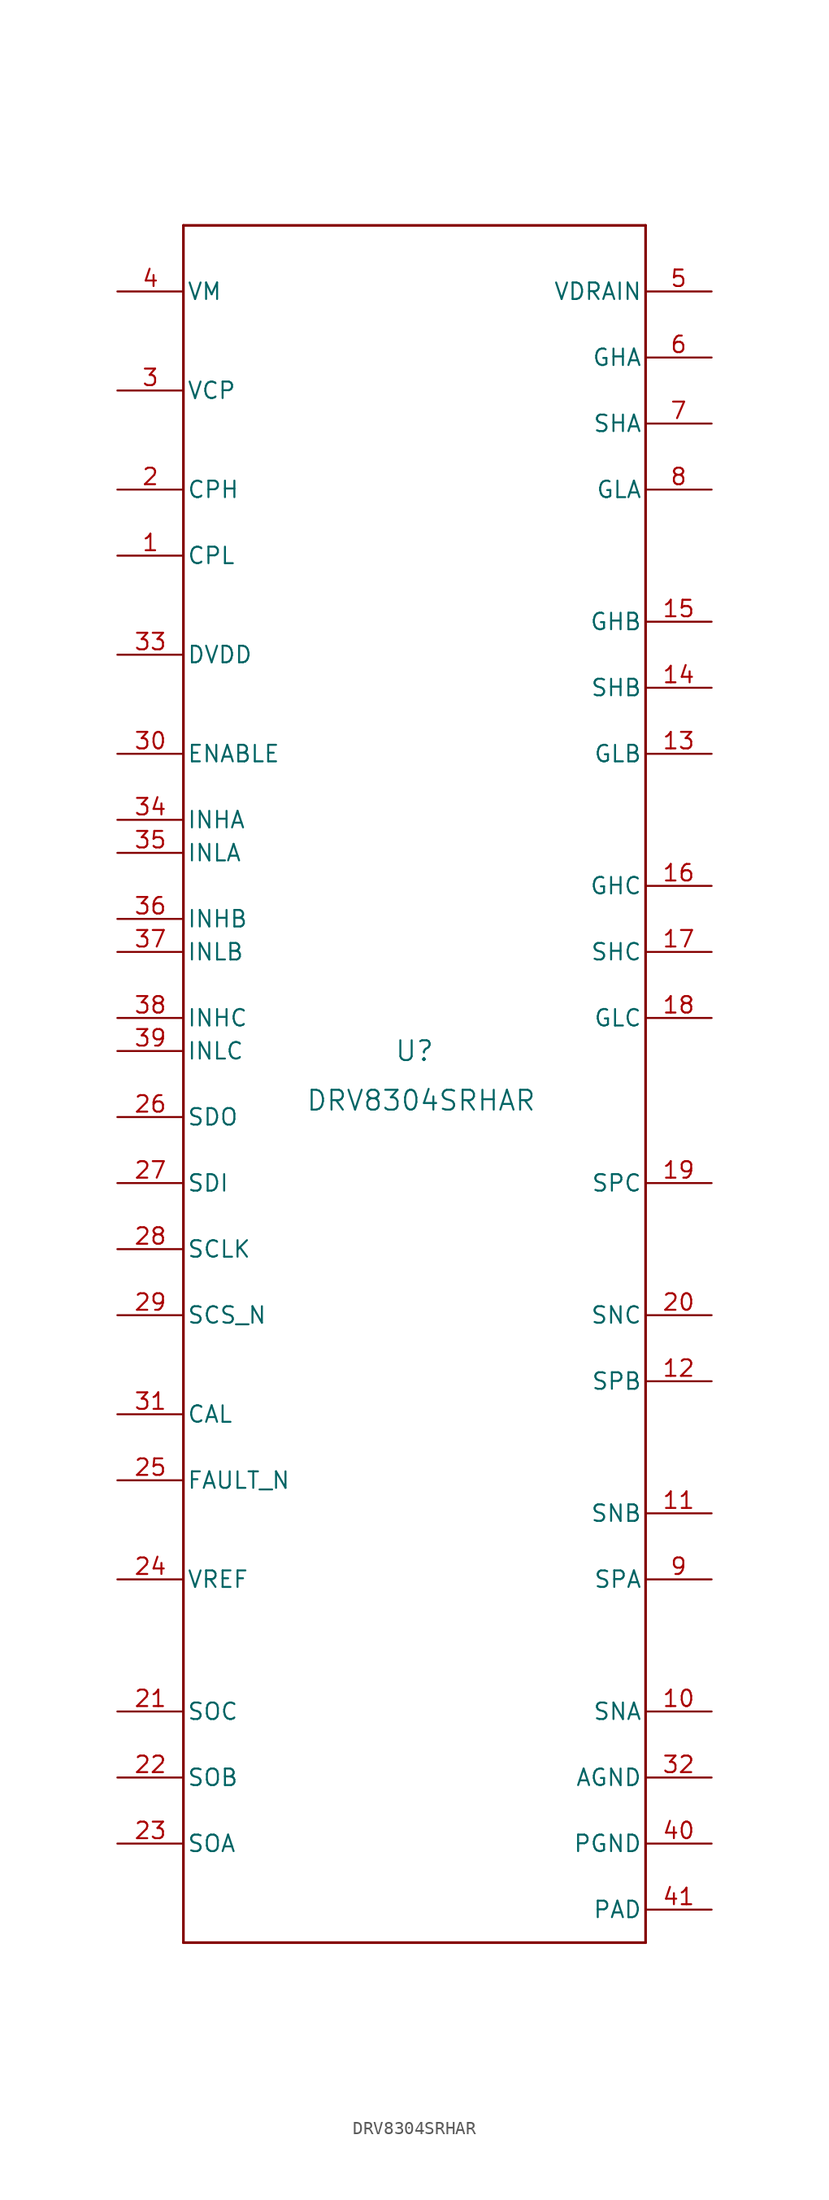
<source format=kicad_sym>
(kicad_symbol_lib
  (version 20231120)
  (generator "kicad_symbol_editor")
  (generator_version "8.0")
  (symbol "DRV8304SRHAR"
    (pin_names
      (offset 0.254))
    (property "Reference" "U"
      (at 0 2.54 0)
      (effects (font (size 1.524 1.524))))
    (property "Value" "DRV8304SRHAR"
      (at 0.508 -1.27 0)
      (effects (font (size 1.524 1.524))))
    (property "ki_locked" ""
      (at 0 0 0)
      (effects (font (size 1.27 1.27))))
    (symbol "DRV8304SRHAR_1_1"
      (polyline (pts (xy -17.78 -66.04) (xy 17.78 -66.04)) (stroke (width 0.203) (type default)) (fill (type none)))
      (polyline (pts (xy -17.78 66.04) (xy -17.78 -66.04)) (stroke (width 0.203) (type default)) (fill (type none)))
      (polyline (pts (xy 17.78 -66.04) (xy 17.78 66.04)) (stroke (width 0.203) (type default)) (fill (type none)))
      (polyline (pts (xy 17.78 66.04) (xy -17.78 66.04)) (stroke (width 0.203) (type default)) (fill (type none)))
      (pin unspecified line (at -22.86 40.64 0) (length 5.08) (name "CPL" (effects (font (size 1.27 1.27)))) (number "1" (effects (font (size 1.27 1.27)))))
      (pin input line (at 22.86 -48.26 180) (length 5.08) (name "SNA" (effects (font (size 1.27 1.27)))) (number "10" (effects (font (size 1.27 1.27)))))
      (pin input line (at 22.86 -33.02 180) (length 5.08) (name "SNB" (effects (font (size 1.27 1.27)))) (number "11" (effects (font (size 1.27 1.27)))))
      (pin input line (at 22.86 -22.86 180) (length 5.08) (name "SPB" (effects (font (size 1.27 1.27)))) (number "12" (effects (font (size 1.27 1.27)))))
      (pin output line (at 22.86 25.4 180) (length 5.08) (name "GLB" (effects (font (size 1.27 1.27)))) (number "13" (effects (font (size 1.27 1.27)))))
      (pin input line (at 22.86 30.48 180) (length 5.08) (name "SHB" (effects (font (size 1.27 1.27)))) (number "14" (effects (font (size 1.27 1.27)))))
      (pin output line (at 22.86 35.56 180) (length 5.08) (name "GHB" (effects (font (size 1.27 1.27)))) (number "15" (effects (font (size 1.27 1.27)))))
      (pin output line (at 22.86 15.24 180) (length 5.08) (name "GHC" (effects (font (size 1.27 1.27)))) (number "16" (effects (font (size 1.27 1.27)))))
      (pin input line (at 22.86 10.16 180) (length 5.08) (name "SHC" (effects (font (size 1.27 1.27)))) (number "17" (effects (font (size 1.27 1.27)))))
      (pin output line (at 22.86 5.08 180) (length 5.08) (name "GLC" (effects (font (size 1.27 1.27)))) (number "18" (effects (font (size 1.27 1.27)))))
      (pin input line (at 22.86 -7.62 180) (length 5.08) (name "SPC" (effects (font (size 1.27 1.27)))) (number "19" (effects (font (size 1.27 1.27)))))
      (pin unspecified line (at -22.86 45.72 0) (length 5.08) (name "CPH" (effects (font (size 1.27 1.27)))) (number "2" (effects (font (size 1.27 1.27)))))
      (pin input line (at 22.86 -17.78 180) (length 5.08) (name "SNC" (effects (font (size 1.27 1.27)))) (number "20" (effects (font (size 1.27 1.27)))))
      (pin output line (at -22.86 -48.26 0) (length 5.08) (name "SOC" (effects (font (size 1.27 1.27)))) (number "21" (effects (font (size 1.27 1.27)))))
      (pin output line (at -22.86 -53.34 0) (length 5.08) (name "SOB" (effects (font (size 1.27 1.27)))) (number "22" (effects (font (size 1.27 1.27)))))
      (pin output line (at -22.86 -58.42 0) (length 5.08) (name "SOA" (effects (font (size 1.27 1.27)))) (number "23" (effects (font (size 1.27 1.27)))))
      (pin input line (at -22.86 -38.1 0) (length 5.08) (name "VREF" (effects (font (size 1.27 1.27)))) (number "24" (effects (font (size 1.27 1.27)))))
      (pin open_collector line (at -22.86 -30.48 0) (length 5.08) (name "FAULT_N" (effects (font (size 1.27 1.27)))) (number "25" (effects (font (size 1.27 1.27)))))
      (pin input line (at -22.86 -2.54 0) (length 5.08) (name "SDO" (effects (font (size 1.27 1.27)))) (number "26" (effects (font (size 1.27 1.27)))))
      (pin input line (at -22.86 -7.62 0) (length 5.08) (name "SDI" (effects (font (size 1.27 1.27)))) (number "27" (effects (font (size 1.27 1.27)))))
      (pin input line (at -22.86 -12.7 0) (length 5.08) (name "SCLK" (effects (font (size 1.27 1.27)))) (number "28" (effects (font (size 1.27 1.27)))))
      (pin input line (at -22.86 -17.78 0) (length 5.08) (name "SCS_N" (effects (font (size 1.27 1.27)))) (number "29" (effects (font (size 1.27 1.27)))))
      (pin power_in line (at -22.86 53.34 0) (length 5.08) (name "VCP" (effects (font (size 1.27 1.27)))) (number "3" (effects (font (size 1.27 1.27)))))
      (pin input line (at -22.86 25.4 0) (length 5.08) (name "ENABLE" (effects (font (size 1.27 1.27)))) (number "30" (effects (font (size 1.27 1.27)))))
      (pin input line (at -22.86 -25.4 0) (length 5.08) (name "CAL" (effects (font (size 1.27 1.27)))) (number "31" (effects (font (size 1.27 1.27)))))
      (pin power_in line (at 22.86 -53.34 180) (length 5.08) (name "AGND" (effects (font (size 1.27 1.27)))) (number "32" (effects (font (size 1.27 1.27)))))
      (pin power_in line (at -22.86 33.02 0) (length 5.08) (name "DVDD" (effects (font (size 1.27 1.27)))) (number "33" (effects (font (size 1.27 1.27)))))
      (pin input line (at -22.86 20.32 0) (length 5.08) (name "INHA" (effects (font (size 1.27 1.27)))) (number "34" (effects (font (size 1.27 1.27)))))
      (pin input line (at -22.86 17.78 0) (length 5.08) (name "INLA" (effects (font (size 1.27 1.27)))) (number "35" (effects (font (size 1.27 1.27)))))
      (pin input line (at -22.86 12.7 0) (length 5.08) (name "INHB" (effects (font (size 1.27 1.27)))) (number "36" (effects (font (size 1.27 1.27)))))
      (pin input line (at -22.86 10.16 0) (length 5.08) (name "INLB" (effects (font (size 1.27 1.27)))) (number "37" (effects (font (size 1.27 1.27)))))
      (pin input line (at -22.86 5.08 0) (length 5.08) (name "INHC" (effects (font (size 1.27 1.27)))) (number "38" (effects (font (size 1.27 1.27)))))
      (pin input line (at -22.86 2.54 0) (length 5.08) (name "INLC" (effects (font (size 1.27 1.27)))) (number "39" (effects (font (size 1.27 1.27)))))
      (pin power_in line (at -22.86 60.96 0) (length 5.08) (name "VM" (effects (font (size 1.27 1.27)))) (number "4" (effects (font (size 1.27 1.27)))))
      (pin power_in line (at 22.86 -58.42 180) (length 5.08) (name "PGND" (effects (font (size 1.27 1.27)))) (number "40" (effects (font (size 1.27 1.27)))))
      (pin unspecified line (at 22.86 -63.5 180) (length 5.08) (name "PAD" (effects (font (size 1.27 1.27)))) (number "41" (effects (font (size 1.27 1.27)))))
      (pin input line (at 22.86 60.96 180) (length 5.08) (name "VDRAIN" (effects (font (size 1.27 1.27)))) (number "5" (effects (font (size 1.27 1.27)))))
      (pin output line (at 22.86 55.88 180) (length 5.08) (name "GHA" (effects (font (size 1.27 1.27)))) (number "6" (effects (font (size 1.27 1.27)))))
      (pin input line (at 22.86 50.8 180) (length 5.08) (name "SHA" (effects (font (size 1.27 1.27)))) (number "7" (effects (font (size 1.27 1.27)))))
      (pin output line (at 22.86 45.72 180) (length 5.08) (name "GLA" (effects (font (size 1.27 1.27)))) (number "8" (effects (font (size 1.27 1.27)))))
      (pin input line (at 22.86 -38.1 180) (length 5.08) (name "SPA" (effects (font (size 1.27 1.27)))) (number "9" (effects (font (size 1.27 1.27))))))))
</source>
